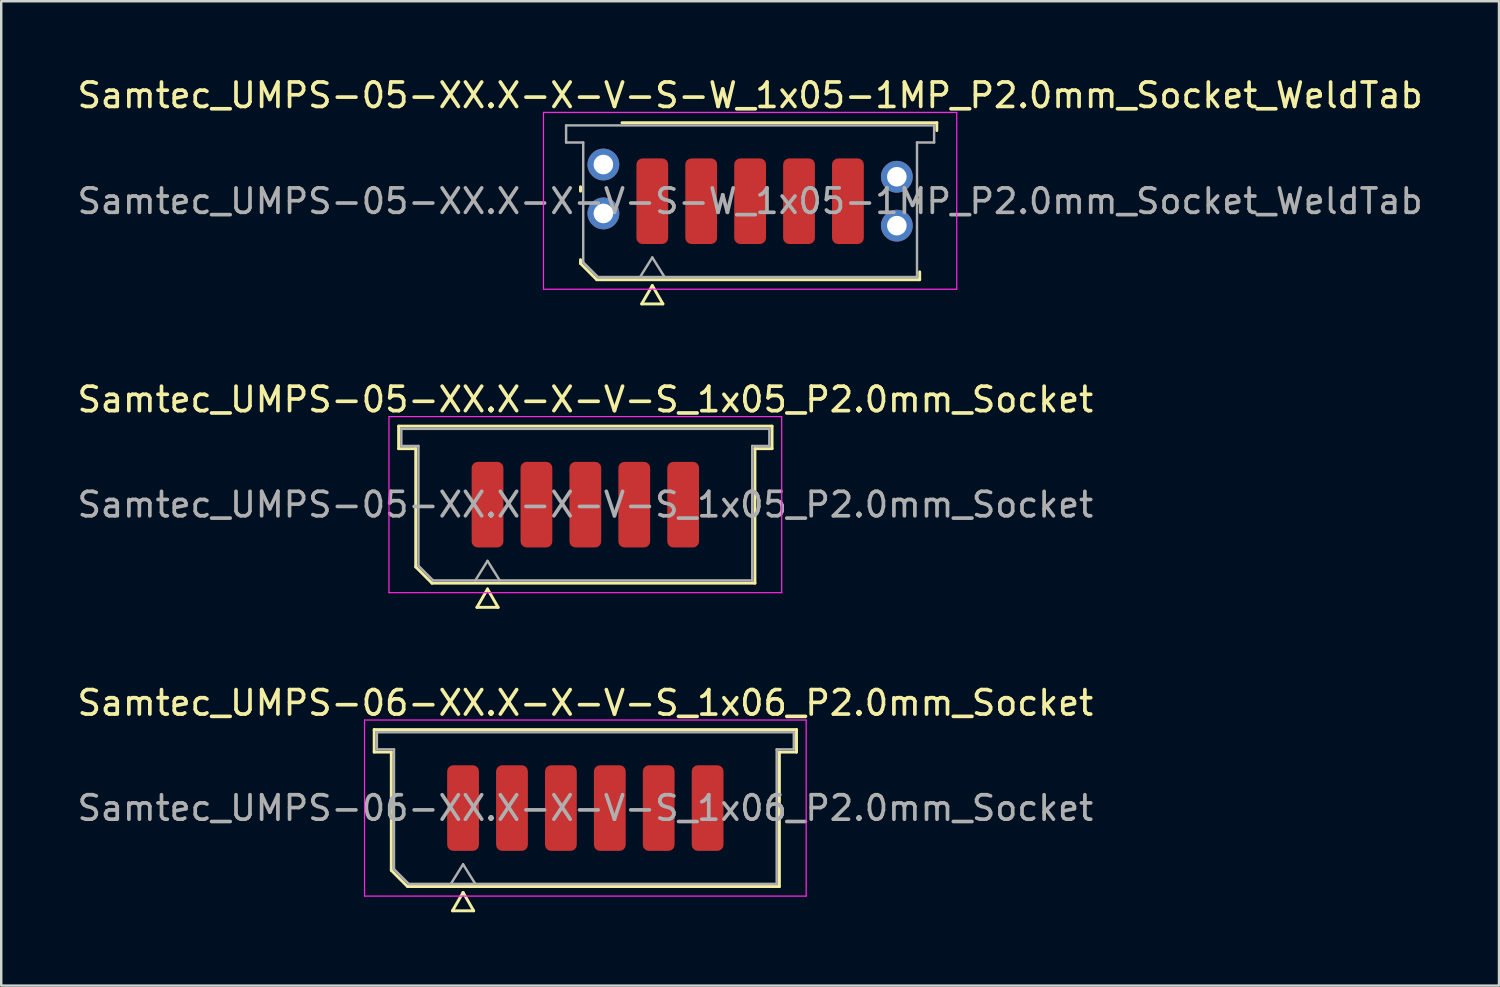
<source format=kicad_pcb>
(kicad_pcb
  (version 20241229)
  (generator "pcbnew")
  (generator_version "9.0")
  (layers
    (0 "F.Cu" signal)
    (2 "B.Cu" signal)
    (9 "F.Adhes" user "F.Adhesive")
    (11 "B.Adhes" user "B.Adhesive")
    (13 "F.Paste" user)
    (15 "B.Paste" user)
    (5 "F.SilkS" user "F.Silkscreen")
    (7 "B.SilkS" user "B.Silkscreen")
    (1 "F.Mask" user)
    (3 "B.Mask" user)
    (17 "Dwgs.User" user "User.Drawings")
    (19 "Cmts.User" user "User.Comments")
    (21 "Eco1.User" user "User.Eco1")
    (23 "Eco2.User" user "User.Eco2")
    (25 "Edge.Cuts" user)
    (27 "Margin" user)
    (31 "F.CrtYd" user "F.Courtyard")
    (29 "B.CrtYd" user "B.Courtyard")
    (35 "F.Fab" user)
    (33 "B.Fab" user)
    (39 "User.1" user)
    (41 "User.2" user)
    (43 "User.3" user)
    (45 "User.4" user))
  (footprint "Samtec_UMPS-05-XX.X-X-V-S_1x05_P2.0mm_Socket"
    (layer "F.Cu")
    (at 20.887 17.587)
    (property "Reference" "Samtec_UMPS-05-XX.X-X-V-S_1x05_P2.0mm_Socket" (at 0 -4.3 0) (layer "F.SilkS") (effects (font (size 1 1) (thickness 0.15))))
    (attr smd)
    (fp_line (start -7.635 -3.21) (end 7.635 -3.21) (stroke (width 0.12) (type solid)) (layer "F.SilkS"))
    (fp_line (start -7.635 -2.29) (end -7.635 -3.21) (stroke (width 0.12) (type solid)) (layer "F.SilkS"))
    (fp_line (start -6.935 -2.29) (end -7.635 -2.29) (stroke (width 0.12) (type solid)) (layer "F.SilkS"))
    (fp_line (start -6.935 2.546) (end -6.935 -2.29) (stroke (width 0.12) (type solid)) (layer "F.SilkS"))
    (fp_line (start -6.271 3.21) (end -6.935 2.546) (stroke (width 0.12) (type solid)) (layer "F.SilkS"))
    (fp_line (start -4.433 4.2) (end -4 3.45) (stroke (width 0.12) (type solid)) (layer "F.SilkS"))
    (fp_line (start -4 3.45) (end -3.567 4.2) (stroke (width 0.12) (type solid)) (layer "F.SilkS"))
    (fp_line (start -3.567 4.2) (end -4.433 4.2) (stroke (width 0.12) (type solid)) (layer "F.SilkS"))
    (fp_line (start 6.935 -2.29) (end 6.935 3.21) (stroke (width 0.12) (type solid)) (layer "F.SilkS"))
    (fp_line (start 6.935 3.21) (end -6.271 3.21) (stroke (width 0.12) (type solid)) (layer "F.SilkS"))
    (fp_line (start 7.635 -3.21) (end 7.635 -2.29) (stroke (width 0.12) (type solid)) (layer "F.SilkS"))
    (fp_line (start 7.635 -2.29) (end 6.935 -2.29) (stroke (width 0.12) (type solid)) (layer "F.SilkS"))
    (fp_line (start -8.03 -3.6) (end -8.03 3.6) (stroke (width 0.05) (type solid)) (layer "F.CrtYd"))
    (fp_line (start -8.03 3.6) (end 8.03 3.6) (stroke (width 0.05) (type solid)) (layer "F.CrtYd"))
    (fp_line (start 8.03 -3.6) (end -8.03 -3.6) (stroke (width 0.05) (type solid)) (layer "F.CrtYd"))
    (fp_line (start 8.03 3.6) (end 8.03 -3.6) (stroke (width 0.05) (type solid)) (layer "F.CrtYd"))
    (fp_line (start -7.525 -3.1) (end 7.525 -3.1) (stroke (width 0.1) (type solid)) (layer "F.Fab"))
    (fp_line (start -7.525 -2.4) (end -7.525 -3.1) (stroke (width 0.1) (type solid)) (layer "F.Fab"))
    (fp_line (start -6.825 -2.4) (end -7.525 -2.4) (stroke (width 0.1) (type solid)) (layer "F.Fab"))
    (fp_line (start -6.825 2.5) (end -6.825 -2.4) (stroke (width 0.1) (type solid)) (layer "F.Fab"))
    (fp_line (start -6.225 3.1) (end -6.825 2.5) (stroke (width 0.1) (type solid)) (layer "F.Fab"))
    (fp_line (start -4.5 3.1) (end -4 2.3) (stroke (width 0.1) (type solid)) (layer "F.Fab"))
    (fp_line (start -4 2.3) (end -3.5 3.1) (stroke (width 0.1) (type solid)) (layer "F.Fab"))
    (fp_line (start 6.825 -2.4) (end 6.825 3.1) (stroke (width 0.1) (type solid)) (layer "F.Fab"))
    (fp_line (start 6.825 3.1) (end -6.225 3.1) (stroke (width 0.1) (type solid)) (layer "F.Fab"))
    (fp_line (start 7.525 -3.1) (end 7.525 -2.4) (stroke (width 0.1) (type solid)) (layer "F.Fab"))
    (fp_line (start 7.525 -2.4) (end 6.825 -2.4) (stroke (width 0.1) (type solid)) (layer "F.Fab"))
    (fp_text user "${REFERENCE}" (at 0 0 0) (layer "F.Fab") (effects (font (size 1 1) (thickness 0.15))))
    (pad "1" smd roundrect (at -4 0) (size 1.3 3.5) (layers "F.Cu" "F.Mask" "F.Paste") (roundrect_rratio 0.192))
    (pad "2" smd roundrect (at -2 0) (size 1.3 3.5) (layers "F.Cu" "F.Mask" "F.Paste") (roundrect_rratio 0.192))
    (pad "3" smd roundrect (at 0 0) (size 1.3 3.5) (layers "F.Cu" "F.Mask" "F.Paste") (roundrect_rratio 0.192))
    (pad "4" smd roundrect (at 2 0) (size 1.3 3.5) (layers "F.Cu" "F.Mask" "F.Paste") (roundrect_rratio 0.192))
    (pad "5" smd roundrect (at 4 0) (size 1.3 3.5) (layers "F.Cu" "F.Mask" "F.Paste") (roundrect_rratio 0.192)))
  (footprint "Samtec_UMPS-06-XX.X-X-V-S_1x06_P2.0mm_Socket"
    (layer "F.Cu")
    (at 20.887 29.995)
    (property "Reference" "Samtec_UMPS-06-XX.X-X-V-S_1x06_P2.0mm_Socket" (at 0 -4.3 0) (layer "F.SilkS") (effects (font (size 1 1) (thickness 0.15))))
    (attr smd)
    (fp_line (start -8.635 -3.21) (end 8.635 -3.21) (stroke (width 0.12) (type solid)) (layer "F.SilkS"))
    (fp_line (start -8.635 -2.29) (end -8.635 -3.21) (stroke (width 0.12) (type solid)) (layer "F.SilkS"))
    (fp_line (start -7.935 -2.29) (end -8.635 -2.29) (stroke (width 0.12) (type solid)) (layer "F.SilkS"))
    (fp_line (start -7.935 2.546) (end -7.935 -2.29) (stroke (width 0.12) (type solid)) (layer "F.SilkS"))
    (fp_line (start -7.271 3.21) (end -7.935 2.546) (stroke (width 0.12) (type solid)) (layer "F.SilkS"))
    (fp_line (start -5.433 4.2) (end -5 3.45) (stroke (width 0.12) (type solid)) (layer "F.SilkS"))
    (fp_line (start -5 3.45) (end -4.567 4.2) (stroke (width 0.12) (type solid)) (layer "F.SilkS"))
    (fp_line (start -4.567 4.2) (end -5.433 4.2) (stroke (width 0.12) (type solid)) (layer "F.SilkS"))
    (fp_line (start 7.935 -2.29) (end 7.935 3.21) (stroke (width 0.12) (type solid)) (layer "F.SilkS"))
    (fp_line (start 7.935 3.21) (end -7.271 3.21) (stroke (width 0.12) (type solid)) (layer "F.SilkS"))
    (fp_line (start 8.635 -3.21) (end 8.635 -2.29) (stroke (width 0.12) (type solid)) (layer "F.SilkS"))
    (fp_line (start 8.635 -2.29) (end 7.935 -2.29) (stroke (width 0.12) (type solid)) (layer "F.SilkS"))
    (fp_line (start -9.03 -3.6) (end -9.03 3.6) (stroke (width 0.05) (type solid)) (layer "F.CrtYd"))
    (fp_line (start -9.03 3.6) (end 9.03 3.6) (stroke (width 0.05) (type solid)) (layer "F.CrtYd"))
    (fp_line (start 9.03 -3.6) (end -9.03 -3.6) (stroke (width 0.05) (type solid)) (layer "F.CrtYd"))
    (fp_line (start 9.03 3.6) (end 9.03 -3.6) (stroke (width 0.05) (type solid)) (layer "F.CrtYd"))
    (fp_line (start -8.525 -3.1) (end 8.525 -3.1) (stroke (width 0.1) (type solid)) (layer "F.Fab"))
    (fp_line (start -8.525 -2.4) (end -8.525 -3.1) (stroke (width 0.1) (type solid)) (layer "F.Fab"))
    (fp_line (start -7.825 -2.4) (end -8.525 -2.4) (stroke (width 0.1) (type solid)) (layer "F.Fab"))
    (fp_line (start -7.825 2.5) (end -7.825 -2.4) (stroke (width 0.1) (type solid)) (layer "F.Fab"))
    (fp_line (start -7.225 3.1) (end -7.825 2.5) (stroke (width 0.1) (type solid)) (layer "F.Fab"))
    (fp_line (start -5.5 3.1) (end -5 2.3) (stroke (width 0.1) (type solid)) (layer "F.Fab"))
    (fp_line (start -5 2.3) (end -4.5 3.1) (stroke (width 0.1) (type solid)) (layer "F.Fab"))
    (fp_line (start 7.825 -2.4) (end 7.825 3.1) (stroke (width 0.1) (type solid)) (layer "F.Fab"))
    (fp_line (start 7.825 3.1) (end -7.225 3.1) (stroke (width 0.1) (type solid)) (layer "F.Fab"))
    (fp_line (start 8.525 -3.1) (end 8.525 -2.4) (stroke (width 0.1) (type solid)) (layer "F.Fab"))
    (fp_line (start 8.525 -2.4) (end 7.825 -2.4) (stroke (width 0.1) (type solid)) (layer "F.Fab"))
    (fp_text user "${REFERENCE}" (at 0 0 0) (layer "F.Fab") (effects (font (size 1 1) (thickness 0.15))))
    (pad "1" smd roundrect (at -5 0) (size 1.3 3.5) (layers "F.Cu" "F.Mask" "F.Paste") (roundrect_rratio 0.192))
    (pad "2" smd roundrect (at -3 0) (size 1.3 3.5) (layers "F.Cu" "F.Mask" "F.Paste") (roundrect_rratio 0.192))
    (pad "3" smd roundrect (at -1 0) (size 1.3 3.5) (layers "F.Cu" "F.Mask" "F.Paste") (roundrect_rratio 0.192))
    (pad "4" smd roundrect (at 1 0) (size 1.3 3.5) (layers "F.Cu" "F.Mask" "F.Paste") (roundrect_rratio 0.192))
    (pad "5" smd roundrect (at 3 0) (size 1.3 3.5) (layers "F.Cu" "F.Mask" "F.Paste") (roundrect_rratio 0.192))
    (pad "6" smd roundrect (at 5 0) (size 1.3 3.5) (layers "F.Cu" "F.Mask" "F.Paste") (roundrect_rratio 0.192)))
  (footprint "Samtec_UMPS-05-XX.X-X-V-S-W_1x05-1MP_P2.0mm_Socket_WeldTab"
    (layer "F.Cu")
    (at 27.625 5.178)
    (property "Reference" "Samtec_UMPS-05-XX.X-X-V-S-W_1x05-1MP_P2.0mm_Socket_WeldTab" (at 0 -4.33 0) (layer "F.SilkS") (effects (font (size 1 1) (thickness 0.15))))
    (attr smd)
    (fp_line (start -6.935 -0.41) (end -6.935 -0.59) (stroke (width 0.12) (type solid)) (layer "F.SilkS"))
    (fp_line (start -6.935 2.546) (end -6.935 2.39) (stroke (width 0.12) (type solid)) (layer "F.SilkS"))
    (fp_line (start -6.271 3.21) (end -6.935 2.546) (stroke (width 0.12) (type solid)) (layer "F.SilkS"))
    (fp_line (start -5.24 -3.21) (end 7.635 -3.21) (stroke (width 0.12) (type solid)) (layer "F.SilkS"))
    (fp_line (start -4.433 4.2) (end -4 3.45) (stroke (width 0.12) (type solid)) (layer "F.SilkS"))
    (fp_line (start -4 3.45) (end -3.567 4.2) (stroke (width 0.12) (type solid)) (layer "F.SilkS"))
    (fp_line (start -3.567 4.2) (end -4.433 4.2) (stroke (width 0.12) (type solid)) (layer "F.SilkS"))
    (fp_line (start 6.935 -0.09) (end 6.935 0.09) (stroke (width 0.12) (type solid)) (layer "F.SilkS"))
    (fp_line (start 6.935 2.89) (end 6.935 3.21) (stroke (width 0.12) (type solid)) (layer "F.SilkS"))
    (fp_line (start 6.935 3.21) (end -6.271 3.21) (stroke (width 0.12) (type solid)) (layer "F.SilkS"))
    (fp_line (start 7.635 -3.21) (end 7.635 -2.89) (stroke (width 0.12) (type solid)) (layer "F.SilkS"))
    (fp_line (start -8.45 -3.63) (end -8.45 3.6) (stroke (width 0.05) (type solid)) (layer "F.CrtYd"))
    (fp_line (start -8.45 3.6) (end 8.45 3.6) (stroke (width 0.05) (type solid)) (layer "F.CrtYd"))
    (fp_line (start 8.45 -3.63) (end -8.45 -3.63) (stroke (width 0.05) (type solid)) (layer "F.CrtYd"))
    (fp_line (start 8.45 3.6) (end 8.45 -3.63) (stroke (width 0.05) (type solid)) (layer "F.CrtYd"))
    (fp_line (start -7.525 -3.1) (end 7.525 -3.1) (stroke (width 0.1) (type solid)) (layer "F.Fab"))
    (fp_line (start -7.525 -2.4) (end -7.525 -3.1) (stroke (width 0.1) (type solid)) (layer "F.Fab"))
    (fp_line (start -6.825 -2.4) (end -7.525 -2.4) (stroke (width 0.1) (type solid)) (layer "F.Fab"))
    (fp_line (start -6.825 2.5) (end -6.825 -2.4) (stroke (width 0.1) (type solid)) (layer "F.Fab"))
    (fp_line (start -6.225 3.1) (end -6.825 2.5) (stroke (width 0.1) (type solid)) (layer "F.Fab"))
    (fp_line (start -4.5 3.1) (end -4 2.3) (stroke (width 0.1) (type solid)) (layer "F.Fab"))
    (fp_line (start -4 2.3) (end -3.5 3.1) (stroke (width 0.1) (type solid)) (layer "F.Fab"))
    (fp_line (start 6.825 -2.4) (end 6.825 3.1) (stroke (width 0.1) (type solid)) (layer "F.Fab"))
    (fp_line (start 6.825 3.1) (end -6.225 3.1) (stroke (width 0.1) (type solid)) (layer "F.Fab"))
    (fp_line (start 7.525 -3.1) (end 7.525 -2.4) (stroke (width 0.1) (type solid)) (layer "F.Fab"))
    (fp_line (start 7.525 -2.4) (end 6.825 -2.4) (stroke (width 0.1) (type solid)) (layer "F.Fab"))
    (fp_text user "${REFERENCE}" (at 0 0 0) (layer "F.Fab") (effects (font (size 1 1) (thickness 0.15))))
    (pad "" smd rect (at -6.725 -1.99) (size 2.45 2.28) (layers "F.Paste"))
    (pad "" smd rect (at -6.725 0.99) (size 2.45 2.28) (layers "F.Paste"))
    (pad "" smd rect (at 6.725 -1.49) (size 2.45 2.28) (layers "F.Paste"))
    (pad "" smd rect (at 6.725 1.49) (size 2.45 2.28) (layers "F.Paste"))
    (pad "1" smd roundrect (at -4 0) (size 1.3 3.5) (layers "F.Cu" "F.Mask" "F.Paste") (roundrect_rratio 0.192))
    (pad "2" smd roundrect (at -2 0) (size 1.3 3.5) (layers "F.Cu" "F.Mask" "F.Paste") (roundrect_rratio 0.192))
    (pad "3" smd roundrect (at 0 0) (size 1.3 3.5) (layers "F.Cu" "F.Mask" "F.Paste") (roundrect_rratio 0.192))
    (pad "4" smd roundrect (at 2 0) (size 1.3 3.5) (layers "F.Cu" "F.Mask" "F.Paste") (roundrect_rratio 0.192))
    (pad "5" smd roundrect (at 4 0) (size 1.3 3.5) (layers "F.Cu" "F.Mask" "F.Paste") (roundrect_rratio 0.192))
    (pad "MP" thru_hole circle (at -6 -1.5) (size 1.3 1.3) (drill 0.8) (layers "*.Cu" "*.Mask"))
    (pad "MP" thru_hole circle (at -6 0.5) (size 1.3 1.3) (drill 0.8) (layers "*.Cu" "*.Mask"))
    (pad "MP" thru_hole circle (at 6 -1) (size 1.3 1.3) (drill 0.8) (layers "*.Cu" "*.Mask"))
    (pad "MP" thru_hole circle (at 6 1) (size 1.3 1.3) (drill 0.8) (layers "*.Cu" "*.Mask")))
  (gr_rect
    (start -3 -3)
    (end 58.25 37.255)
    (stroke (width 0.1) (type default))
    (fill no)
    (layer "Edge.Cuts")))
</source>
